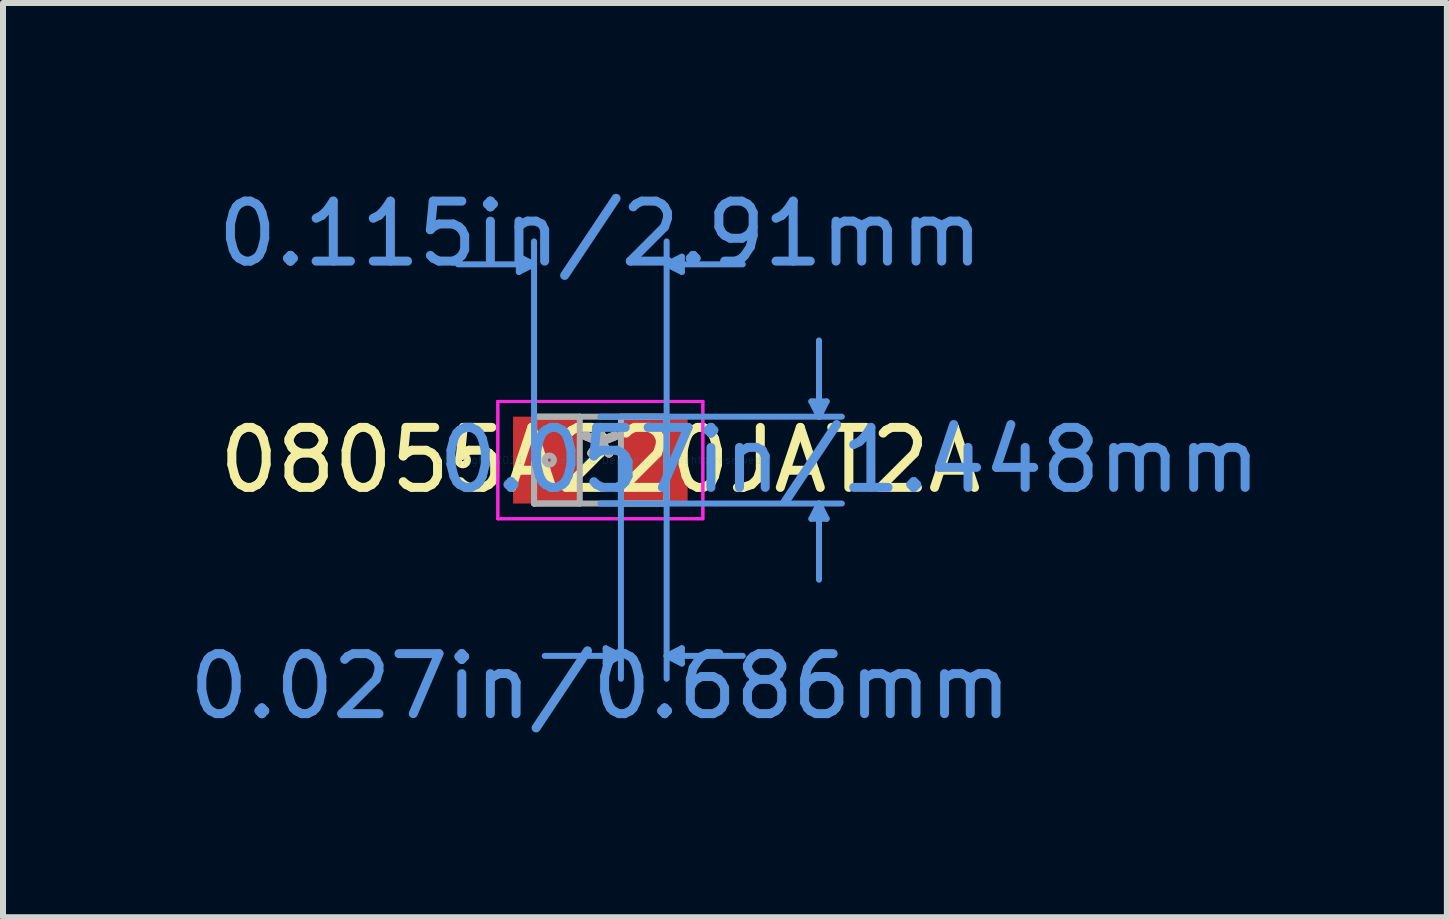
<source format=kicad_pcb>
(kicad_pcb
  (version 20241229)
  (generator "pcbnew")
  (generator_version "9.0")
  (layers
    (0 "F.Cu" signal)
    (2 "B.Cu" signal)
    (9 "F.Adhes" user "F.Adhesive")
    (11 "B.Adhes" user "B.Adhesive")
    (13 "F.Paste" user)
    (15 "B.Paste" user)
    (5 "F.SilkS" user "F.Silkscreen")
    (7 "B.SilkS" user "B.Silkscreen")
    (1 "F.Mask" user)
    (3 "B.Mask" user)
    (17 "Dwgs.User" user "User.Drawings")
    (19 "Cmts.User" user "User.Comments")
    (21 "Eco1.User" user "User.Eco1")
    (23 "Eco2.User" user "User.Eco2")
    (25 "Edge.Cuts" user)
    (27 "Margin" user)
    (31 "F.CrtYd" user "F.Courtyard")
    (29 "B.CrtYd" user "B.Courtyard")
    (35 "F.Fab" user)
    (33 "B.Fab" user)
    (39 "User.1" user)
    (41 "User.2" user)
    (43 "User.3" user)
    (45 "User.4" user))
  (footprint "08055A220JAT2A"
    (layer "F.Cu")
    (at 6.958 4.62)
    (property "Reference" "08055A220JAT2A" (at 0 0 0) (layer "F.SilkS") (effects (font (size 1 1) (thickness 0.15))))
    (attr through_hole)
    (fp_circle (center -2.293 0) (end -2.217 0) (stroke (width 0.12) (type solid)) (fill no) (layer "F.SilkS"))
    (fp_line (start -1.359 -3.391) (end -1.359 -3.137) (stroke (width 0.1) (type solid)) (layer "Cmts.User"))
    (fp_line (start -1.105 -3.264) (end -2.375 -3.264) (stroke (width 0.1) (type solid)) (layer "Cmts.User"))
    (fp_line (start -1.105 -3.264) (end -1.359 -3.391) (stroke (width 0.1) (type solid)) (layer "Cmts.User"))
    (fp_line (start -1.105 -3.264) (end -1.359 -3.137) (stroke (width 0.1) (type solid)) (layer "Cmts.User"))
    (fp_line (start -1.105 0) (end -1.105 -3.645) (stroke (width 0.1) (type solid)) (layer "Cmts.User"))
    (fp_line (start 0 -0.724) (end 4.026 -0.724) (stroke (width 0.1) (type solid)) (layer "Cmts.User"))
    (fp_line (start 0 0.724) (end 4.026 0.724) (stroke (width 0.1) (type solid)) (layer "Cmts.User"))
    (fp_line (start 0.089 3.137) (end 0.089 3.391) (stroke (width 0.1) (type solid)) (layer "Cmts.User"))
    (fp_line (start 0.343 0) (end 0.343 3.645) (stroke (width 0.1) (type solid)) (layer "Cmts.User"))
    (fp_line (start 0.343 3.264) (end -0.927 3.264) (stroke (width 0.1) (type solid)) (layer "Cmts.User"))
    (fp_line (start 0.343 3.264) (end 0.089 3.137) (stroke (width 0.1) (type solid)) (layer "Cmts.User"))
    (fp_line (start 0.343 3.264) (end 0.089 3.391) (stroke (width 0.1) (type solid)) (layer "Cmts.User"))
    (fp_line (start 1.105 -3.264) (end 1.359 -3.391) (stroke (width 0.1) (type solid)) (layer "Cmts.User"))
    (fp_line (start 1.105 -3.264) (end 1.359 -3.137) (stroke (width 0.1) (type solid)) (layer "Cmts.User"))
    (fp_line (start 1.105 -3.264) (end 2.375 -3.264) (stroke (width 0.1) (type solid)) (layer "Cmts.User"))
    (fp_line (start 1.105 0) (end 1.105 -3.645) (stroke (width 0.1) (type solid)) (layer "Cmts.User"))
    (fp_line (start 1.105 0) (end 1.105 3.645) (stroke (width 0.1) (type solid)) (layer "Cmts.User"))
    (fp_line (start 1.105 3.264) (end 1.359 3.137) (stroke (width 0.1) (type solid)) (layer "Cmts.User"))
    (fp_line (start 1.105 3.264) (end 1.359 3.391) (stroke (width 0.1) (type solid)) (layer "Cmts.User"))
    (fp_line (start 1.105 3.264) (end 2.375 3.264) (stroke (width 0.1) (type solid)) (layer "Cmts.User"))
    (fp_line (start 1.359 -3.391) (end 1.359 -3.137) (stroke (width 0.1) (type solid)) (layer "Cmts.User"))
    (fp_line (start 1.359 3.137) (end 1.359 3.391) (stroke (width 0.1) (type solid)) (layer "Cmts.User"))
    (fp_line (start 3.518 -0.978) (end 3.772 -0.978) (stroke (width 0.1) (type solid)) (layer "Cmts.User"))
    (fp_line (start 3.518 0.978) (end 3.772 0.978) (stroke (width 0.1) (type solid)) (layer "Cmts.User"))
    (fp_line (start 3.645 -0.724) (end 3.518 -0.978) (stroke (width 0.1) (type solid)) (layer "Cmts.User"))
    (fp_line (start 3.645 -0.724) (end 3.645 -1.994) (stroke (width 0.1) (type solid)) (layer "Cmts.User"))
    (fp_line (start 3.645 -0.724) (end 3.772 -0.978) (stroke (width 0.1) (type solid)) (layer "Cmts.User"))
    (fp_line (start 3.645 0.724) (end 3.518 0.978) (stroke (width 0.1) (type solid)) (layer "Cmts.User"))
    (fp_line (start 3.645 0.724) (end 3.645 1.994) (stroke (width 0.1) (type solid)) (layer "Cmts.User"))
    (fp_line (start 3.645 0.724) (end 3.772 0.978) (stroke (width 0.1) (type solid)) (layer "Cmts.User"))
    (fp_line (start -1.709 -0.978) (end 1.709 -0.978) (stroke (width 0.05) (type solid)) (layer "F.CrtYd"))
    (fp_line (start -1.709 -0.978) (end 1.709 -0.978) (stroke (width 0.05) (type solid)) (layer "F.CrtYd"))
    (fp_line (start -1.709 0.978) (end -1.709 -0.978) (stroke (width 0.05) (type solid)) (layer "F.CrtYd"))
    (fp_line (start -1.709 0.978) (end -1.709 -0.978) (stroke (width 0.05) (type solid)) (layer "F.CrtYd"))
    (fp_line (start 1.709 -0.978) (end 1.709 0.978) (stroke (width 0.05) (type solid)) (layer "F.CrtYd"))
    (fp_line (start 1.709 -0.978) (end 1.709 0.978) (stroke (width 0.05) (type solid)) (layer "F.CrtYd"))
    (fp_line (start 1.709 0.978) (end -1.709 0.978) (stroke (width 0.05) (type solid)) (layer "F.CrtYd"))
    (fp_line (start 1.709 0.978) (end -1.709 0.978) (stroke (width 0.05) (type solid)) (layer "F.CrtYd"))
    (fp_line (start -1.105 -0.724) (end -1.105 0.724) (stroke (width 0.1) (type solid)) (layer "F.Fab"))
    (fp_line (start -1.105 -0.724) (end -1.105 0.724) (stroke (width 0.1) (type solid)) (layer "F.Fab"))
    (fp_line (start -1.105 0.724) (end -0.343 0.724) (stroke (width 0.1) (type solid)) (layer "F.Fab"))
    (fp_line (start -1.105 0.724) (end 1.105 0.724) (stroke (width 0.1) (type solid)) (layer "F.Fab"))
    (fp_line (start -0.343 -0.724) (end -1.105 -0.724) (stroke (width 0.1) (type solid)) (layer "F.Fab"))
    (fp_line (start -0.343 0.724) (end -0.343 -0.724) (stroke (width 0.1) (type solid)) (layer "F.Fab"))
    (fp_line (start 0.343 -0.724) (end 0.343 0.724) (stroke (width 0.1) (type solid)) (layer "F.Fab"))
    (fp_line (start 0.343 0.724) (end 1.105 0.724) (stroke (width 0.1) (type solid)) (layer "F.Fab"))
    (fp_line (start 1.105 -0.724) (end -1.105 -0.724) (stroke (width 0.1) (type solid)) (layer "F.Fab"))
    (fp_line (start 1.105 -0.724) (end 0.343 -0.724) (stroke (width 0.1) (type solid)) (layer "F.Fab"))
    (fp_line (start 1.105 0.724) (end 1.105 -0.724) (stroke (width 0.1) (type solid)) (layer "F.Fab"))
    (fp_line (start 1.105 0.724) (end 1.105 -0.724) (stroke (width 0.1) (type solid)) (layer "F.Fab"))
    (fp_circle (center -0.851 0) (end -0.775 0) (stroke (width 0.1) (type solid)) (fill no) (layer "F.Fab"))
    (fp_text user "*" (at 0 0 0) (layer "F.SilkS") (effects (font (size 1 1) (thickness 0.15))))
    (fp_text user "0.057in/1.448mm" (at 4.153 0 0) (layer "Cmts.User") (effects (font (size 1 1) (thickness 0.15))))
    (fp_text user "0.027in/0.686mm" (at 0 3.772 0) (layer "Cmts.User") (effects (font (size 1 1) (thickness 0.15))))
    (fp_text user "Copyright 2021 Accelerated Designs. All rights reserved." (at 0 0 0) (layer "Cmts.User") (effects (font (size 0.127 0.127) (thickness 0.002))))
    (fp_text user "0.115in/2.91mm" (at 0 -3.772 0) (layer "Cmts.User") (effects (font (size 1 1) (thickness 0.15))))
    (fp_text user "*" (at 0 0 0) (layer "F.Fab") (effects (font (size 1 1) (thickness 0.15))))
    (pad "1" smd rect (at -0.899 0) (size 1.112 1.448) (layers "F.Cu" "F.Mask" "F.Paste"))
    (pad "2" smd rect (at 0.899 0) (size 1.112 1.448) (layers "F.Cu" "F.Mask" "F.Paste")))
  (gr_rect
    (start -3 -3)
    (end 21.07 12.24)
    (stroke (width 0.1) (type default))
    (fill no)
    (layer "Edge.Cuts")))
</source>
